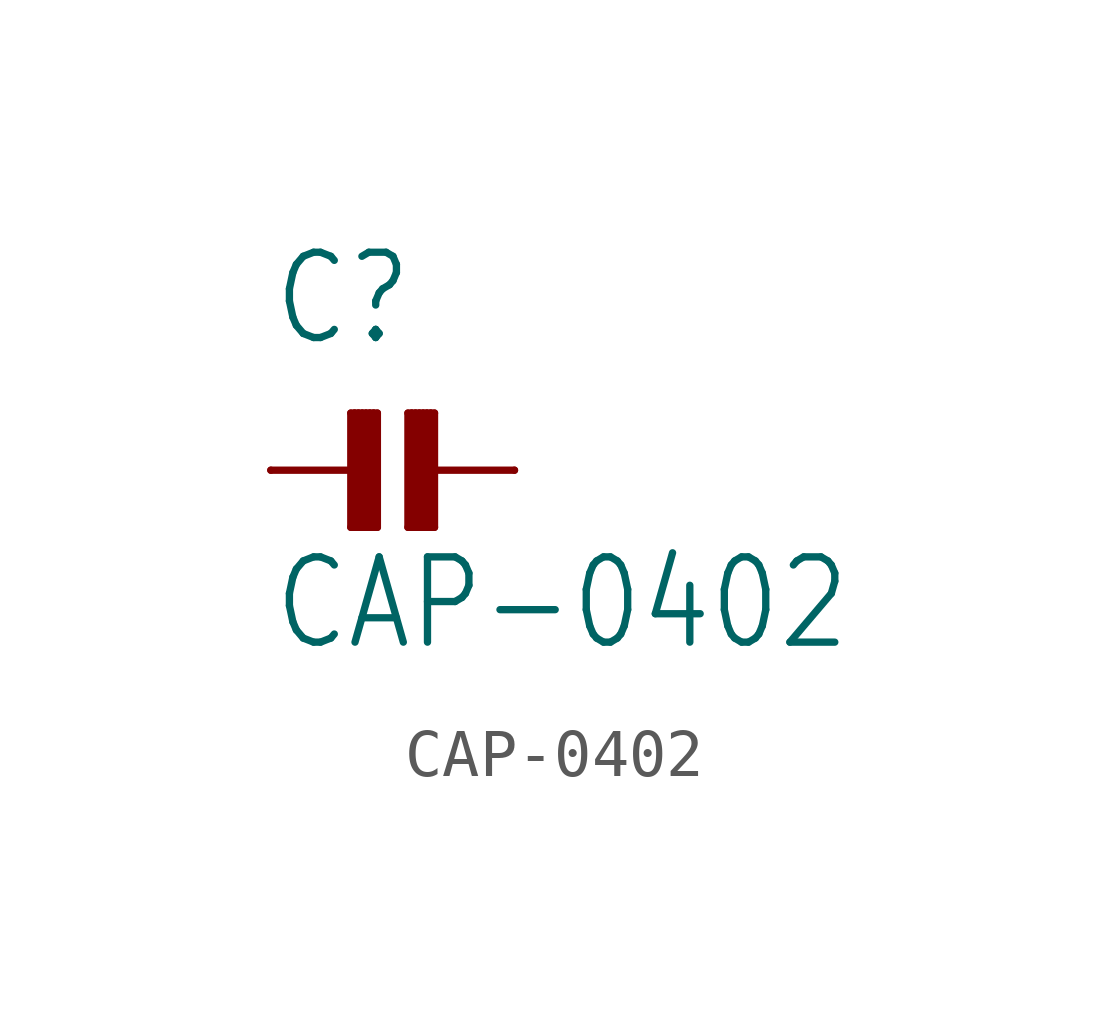
<source format=kicad_sym>
(kicad_symbol_lib
  (version 20211014)
  (generator kicad_symbol_editor)
  (symbol "CAP-0402"
    (property "Reference" "C"
      (at -2.54 2.54 0)
      (effects (font (size 1.778 1.511)) (justify left bottom)))
    (property "Value" "CAP-0402"
      (at -2.54 -3.81 0)
      (effects (font (size 1.778 1.511)) (justify left bottom)))
    (property "ki_locked" ""
      (at 0 0 0)
      (effects (font (size 1.27 1.27))))
    (symbol "CAP-0402_1_0"
      (polyline (pts (xy -2.54 0) (xy -0.937 0)) (stroke (width 0.152) (type default) (color 0 0 0 0)) (fill (type none)))
      (polyline (pts (xy -0.873 -1.191) (xy -0.873 1.191)) (stroke (width 0.152) (type default) (color 0 0 0 0)) (fill (type none)))
      (polyline (pts (xy -0.794 -1.191) (xy -0.873 -1.191)) (stroke (width 0.152) (type default) (color 0 0 0 0)) (fill (type none)))
      (polyline (pts (xy -0.794 -1.191) (xy -0.794 1.191)) (stroke (width 0.152) (type default) (color 0 0 0 0)) (fill (type none)))
      (polyline (pts (xy -0.794 1.191) (xy -0.873 1.191)) (stroke (width 0.152) (type default) (color 0 0 0 0)) (fill (type none)))
      (polyline (pts (xy -0.714 -1.191) (xy -0.794 -1.191)) (stroke (width 0.152) (type default) (color 0 0 0 0)) (fill (type none)))
      (polyline (pts (xy -0.714 -1.191) (xy -0.714 1.191)) (stroke (width 0.152) (type default) (color 0 0 0 0)) (fill (type none)))
      (polyline (pts (xy -0.714 1.191) (xy -0.794 1.191)) (stroke (width 0.152) (type default) (color 0 0 0 0)) (fill (type none)))
      (polyline (pts (xy -0.635 -1.191) (xy -0.714 -1.191)) (stroke (width 0.152) (type default) (color 0 0 0 0)) (fill (type none)))
      (polyline (pts (xy -0.635 -1.191) (xy -0.635 1.191)) (stroke (width 0.152) (type default) (color 0 0 0 0)) (fill (type none)))
      (polyline (pts (xy -0.635 1.191) (xy -0.714 1.191)) (stroke (width 0.152) (type default) (color 0 0 0 0)) (fill (type none)))
      (polyline (pts (xy -0.556 -1.191) (xy -0.635 -1.191)) (stroke (width 0.152) (type default) (color 0 0 0 0)) (fill (type none)))
      (polyline (pts (xy -0.556 -1.191) (xy -0.556 1.191)) (stroke (width 0.152) (type default) (color 0 0 0 0)) (fill (type none)))
      (polyline (pts (xy -0.556 1.191) (xy -0.635 1.191)) (stroke (width 0.152) (type default) (color 0 0 0 0)) (fill (type none)))
      (polyline (pts (xy -0.476 -1.191) (xy -0.556 -1.191)) (stroke (width 0.152) (type default) (color 0 0 0 0)) (fill (type none)))
      (polyline (pts (xy -0.476 -1.191) (xy -0.476 1.191)) (stroke (width 0.152) (type default) (color 0 0 0 0)) (fill (type none)))
      (polyline (pts (xy -0.476 1.191) (xy -0.556 1.191)) (stroke (width 0.152) (type default) (color 0 0 0 0)) (fill (type none)))
      (polyline (pts (xy -0.397 -1.191) (xy -0.476 -1.191)) (stroke (width 0.152) (type default) (color 0 0 0 0)) (fill (type none)))
      (polyline (pts (xy -0.397 -1.191) (xy -0.397 1.191)) (stroke (width 0.152) (type default) (color 0 0 0 0)) (fill (type none)))
      (polyline (pts (xy -0.397 1.191) (xy -0.476 1.191)) (stroke (width 0.152) (type default) (color 0 0 0 0)) (fill (type none)))
      (polyline (pts (xy -0.318 -1.191) (xy -0.397 -1.191)) (stroke (width 0.152) (type default) (color 0 0 0 0)) (fill (type none)))
      (polyline (pts (xy -0.318 -1.191) (xy -0.318 1.191)) (stroke (width 0.152) (type default) (color 0 0 0 0)) (fill (type none)))
      (polyline (pts (xy -0.318 1.191) (xy -0.397 1.191)) (stroke (width 0.152) (type default) (color 0 0 0 0)) (fill (type none)))
      (polyline (pts (xy 0.318 -1.191) (xy 0.318 1.191)) (stroke (width 0.152) (type default) (color 0 0 0 0)) (fill (type none)))
      (polyline (pts (xy 0.397 -1.191) (xy 0.318 -1.191)) (stroke (width 0.152) (type default) (color 0 0 0 0)) (fill (type none)))
      (polyline (pts (xy 0.397 -1.191) (xy 0.397 1.191)) (stroke (width 0.152) (type default) (color 0 0 0 0)) (fill (type none)))
      (polyline (pts (xy 0.397 1.191) (xy 0.318 1.191)) (stroke (width 0.152) (type default) (color 0 0 0 0)) (fill (type none)))
      (polyline (pts (xy 0.476 -1.191) (xy 0.397 -1.191)) (stroke (width 0.152) (type default) (color 0 0 0 0)) (fill (type none)))
      (polyline (pts (xy 0.476 -1.191) (xy 0.476 1.191)) (stroke (width 0.152) (type default) (color 0 0 0 0)) (fill (type none)))
      (polyline (pts (xy 0.476 1.191) (xy 0.397 1.191)) (stroke (width 0.152) (type default) (color 0 0 0 0)) (fill (type none)))
      (polyline (pts (xy 0.556 -1.191) (xy 0.476 -1.191)) (stroke (width 0.152) (type default) (color 0 0 0 0)) (fill (type none)))
      (polyline (pts (xy 0.556 -1.191) (xy 0.556 1.191)) (stroke (width 0.152) (type default) (color 0 0 0 0)) (fill (type none)))
      (polyline (pts (xy 0.556 1.191) (xy 0.476 1.191)) (stroke (width 0.152) (type default) (color 0 0 0 0)) (fill (type none)))
      (polyline (pts (xy 0.635 -1.191) (xy 0.556 -1.191)) (stroke (width 0.152) (type default) (color 0 0 0 0)) (fill (type none)))
      (polyline (pts (xy 0.635 -1.191) (xy 0.635 1.191)) (stroke (width 0.152) (type default) (color 0 0 0 0)) (fill (type none)))
      (polyline (pts (xy 0.635 1.191) (xy 0.556 1.191)) (stroke (width 0.152) (type default) (color 0 0 0 0)) (fill (type none)))
      (polyline (pts (xy 0.714 -1.191) (xy 0.635 -1.191)) (stroke (width 0.152) (type default) (color 0 0 0 0)) (fill (type none)))
      (polyline (pts (xy 0.714 -1.191) (xy 0.714 1.191)) (stroke (width 0.152) (type default) (color 0 0 0 0)) (fill (type none)))
      (polyline (pts (xy 0.714 1.191) (xy 0.635 1.191)) (stroke (width 0.152) (type default) (color 0 0 0 0)) (fill (type none)))
      (polyline (pts (xy 0.794 -1.191) (xy 0.714 -1.191)) (stroke (width 0.152) (type default) (color 0 0 0 0)) (fill (type none)))
      (polyline (pts (xy 0.794 -1.191) (xy 0.794 1.191)) (stroke (width 0.152) (type default) (color 0 0 0 0)) (fill (type none)))
      (polyline (pts (xy 0.794 1.191) (xy 0.714 1.191)) (stroke (width 0.152) (type default) (color 0 0 0 0)) (fill (type none)))
      (polyline (pts (xy 0.857 0) (xy 2.54 0)) (stroke (width 0.152) (type default) (color 0 0 0 0)) (fill (type none)))
      (polyline (pts (xy 0.873 -1.191) (xy 0.794 -1.191)) (stroke (width 0.152) (type default) (color 0 0 0 0)) (fill (type none)))
      (polyline (pts (xy 0.873 -1.191) (xy 0.873 1.191)) (stroke (width 0.152) (type default) (color 0 0 0 0)) (fill (type none)))
      (polyline (pts (xy 0.873 1.191) (xy 0.794 1.191)) (stroke (width 0.152) (type default) (color 0 0 0 0)) (fill (type none)))
      (pin passive line (at -2.54 0 0) (length 0) (name "1" (effects (font (size 0 0)))) (number "1" (effects (font (size 0 0)))))
      (pin passive line (at 2.54 0 180) (length 0) (name "2" (effects (font (size 0 0)))) (number "2" (effects (font (size 0 0))))))))
</source>
